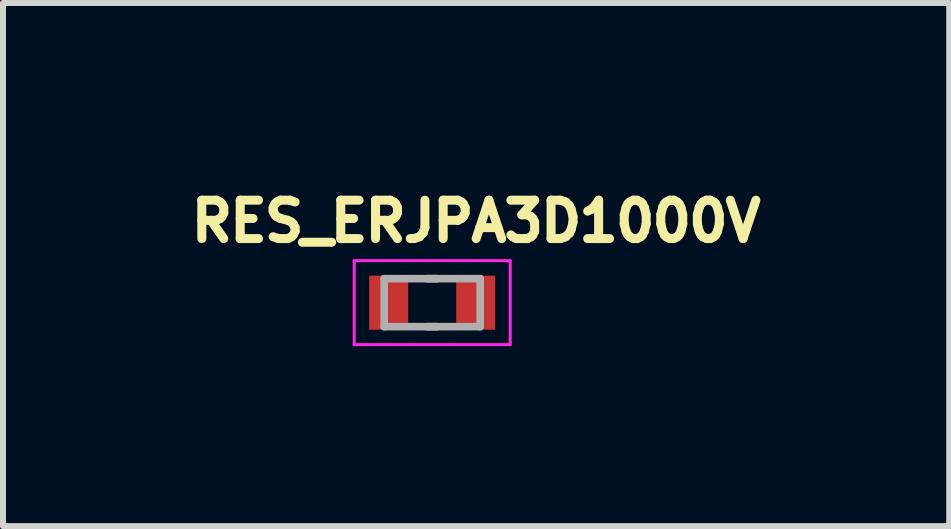
<source format=kicad_pcb>
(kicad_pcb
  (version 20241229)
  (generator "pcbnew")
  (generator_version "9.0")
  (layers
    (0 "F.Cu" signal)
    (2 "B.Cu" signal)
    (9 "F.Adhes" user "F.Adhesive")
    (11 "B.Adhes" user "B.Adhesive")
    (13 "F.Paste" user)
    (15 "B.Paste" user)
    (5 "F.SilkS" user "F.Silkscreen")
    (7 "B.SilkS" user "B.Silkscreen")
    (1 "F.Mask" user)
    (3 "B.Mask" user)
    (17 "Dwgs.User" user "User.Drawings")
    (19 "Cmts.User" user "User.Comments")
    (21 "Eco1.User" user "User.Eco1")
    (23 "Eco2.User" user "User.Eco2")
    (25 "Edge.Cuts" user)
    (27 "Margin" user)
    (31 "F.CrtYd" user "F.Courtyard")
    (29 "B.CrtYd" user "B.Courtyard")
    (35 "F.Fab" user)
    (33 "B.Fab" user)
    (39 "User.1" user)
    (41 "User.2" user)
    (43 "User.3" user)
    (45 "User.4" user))
  (footprint "RES_ERJPA3D1000V"
    (layer "F.Cu")
    (at 4.153 1.994)
    (property "Reference" "RES_ERJPA3D1000V" (at 0.732 -1.356 0) (layer "F.SilkS") (effects (font (size 0.64 0.64) (thickness 0.15))))
    (attr smd)
    (fp_line (start -0.08 -0.4) (end 0.08 -0.4) (stroke (width 0.127) (type solid)) (layer "F.SilkS"))
    (fp_line (start -0.08 0.4) (end 0.08 0.4) (stroke (width 0.127) (type solid)) (layer "F.SilkS"))
    (fp_line (start -1.3 -0.7) (end -1.3 0.7) (stroke (width 0.05) (type solid)) (layer "F.CrtYd"))
    (fp_line (start -1.3 0.7) (end 1.3 0.7) (stroke (width 0.05) (type solid)) (layer "F.CrtYd"))
    (fp_line (start 1.3 -0.7) (end -1.3 -0.7) (stroke (width 0.05) (type solid)) (layer "F.CrtYd"))
    (fp_line (start 1.3 0.7) (end 1.3 -0.7) (stroke (width 0.05) (type solid)) (layer "F.CrtYd"))
    (fp_line (start -0.8 -0.4) (end -0.8 0.4) (stroke (width 0.127) (type solid)) (layer "F.Fab"))
    (fp_line (start -0.8 -0.4) (end 0.8 -0.4) (stroke (width 0.127) (type solid)) (layer "F.Fab"))
    (fp_line (start -0.8 0.4) (end 0.8 0.4) (stroke (width 0.127) (type solid)) (layer "F.Fab"))
    (fp_line (start 0.8 -0.4) (end 0.8 0.4) (stroke (width 0.127) (type solid)) (layer "F.Fab"))
    (pad "1" smd rect (at -0.725 0) (size 0.65 0.9) (layers "F.Cu" "F.Mask" "F.Paste"))
    (pad "2" smd rect (at 0.725 0) (size 0.65 0.9) (layers "F.Cu" "F.Mask" "F.Paste")))
  (gr_rect
    (start -3 -3)
    (end 12.77 5.719)
    (stroke (width 0.1) (type default))
    (fill no)
    (layer "Edge.Cuts")))
</source>
